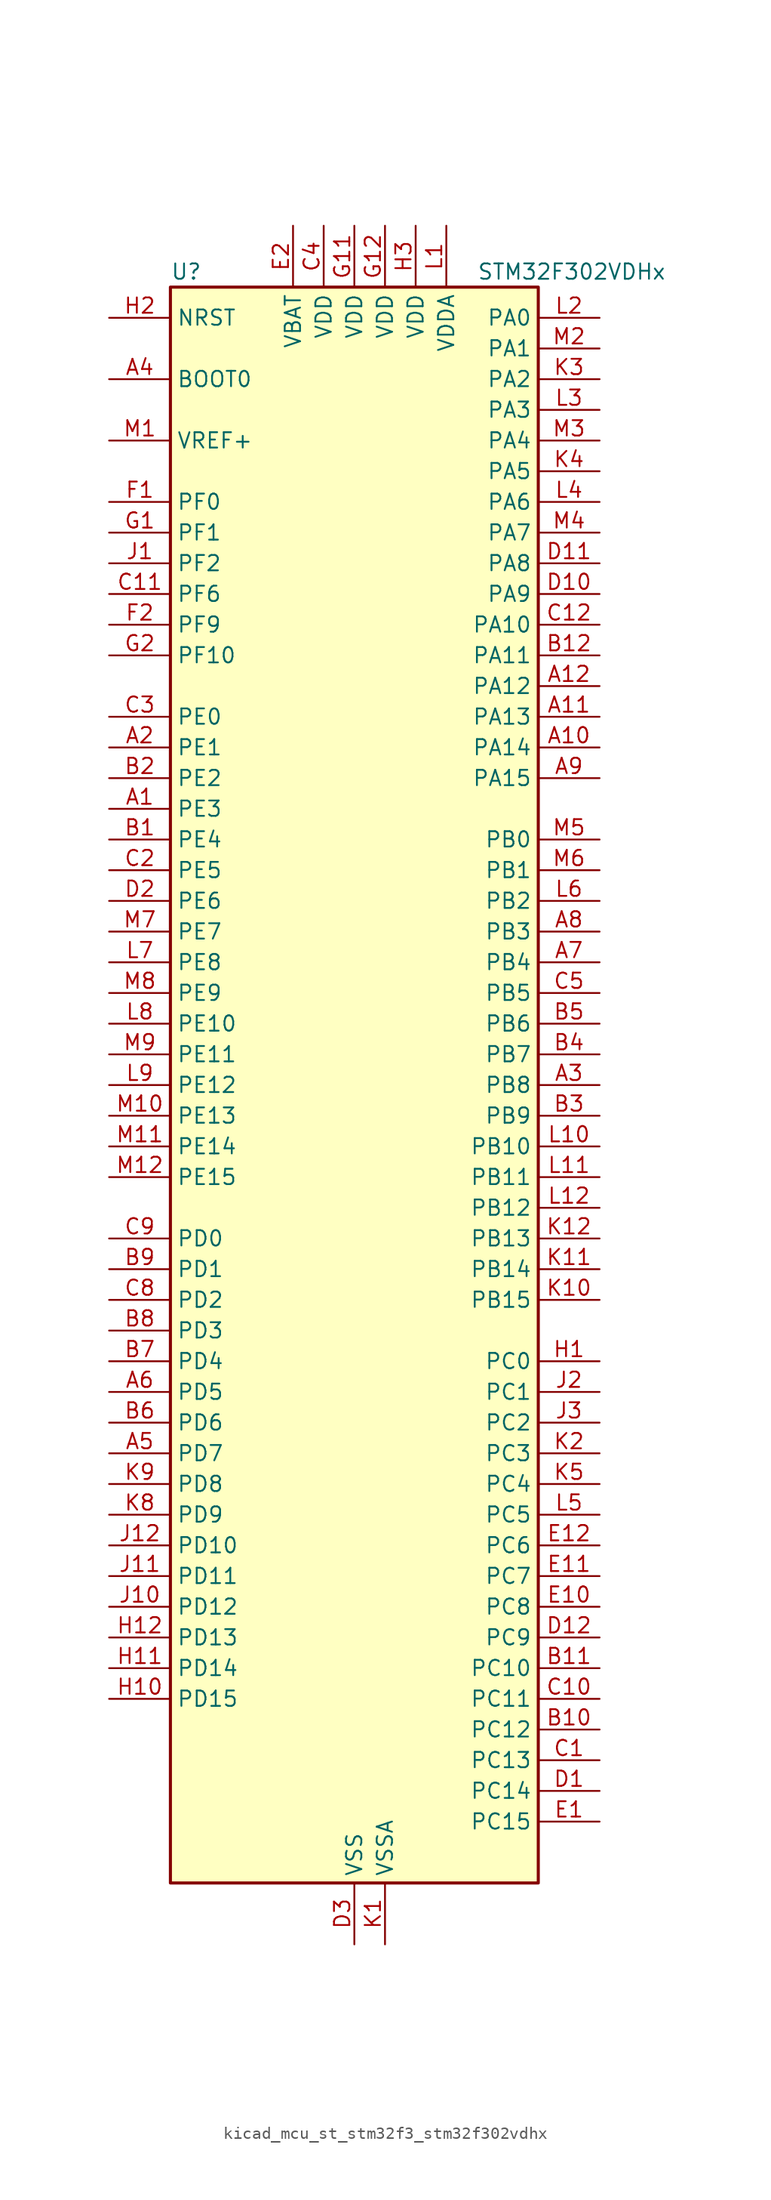
<source format=kicad_sym>
(kicad_symbol_lib
  (version 20220914)
  (generator kicad_symbol_editor)
  (symbol "kicad_mcu_st_stm32f3_stm32f302vdhx"
    (property "Reference" "U"
      (at -15.24 67.31 0)
      (effects (font (size 1.27 1.27)) (justify left)))
    (property "Value" "STM32F302VDHx"
      (at 10.16 67.31 0)
      (effects (font (size 1.27 1.27)) (justify left)))
    (property "ki_locked" ""
      (at 0 0 0)
      (effects (font (size 1.27 1.27))))
    (symbol "kicad_mcu_st_stm32f3_stm32f302vdhx_0_1"
      (rectangle (start -15.24 -66.04) (end 15.24 66.04) (stroke (width 0.254) (type default)) (fill (type background))))
    (symbol "kicad_mcu_st_stm32f3_stm32f302vdhx_1_1"
      (pin bidirectional line (at -20.32 22.86 0) (length 5.08) (name "PE3" (effects (font (size 1.27 1.27)))) (number "A1" (effects (font (size 1.27 1.27)))) (alternate "FMC_A19" bidirectional line) (alternate "SPI4_NSS" bidirectional line) (alternate "SYS_TRACED0" bidirectional line) (alternate "TIM3_CH2" bidirectional line) (alternate "TSC_G7_IO2" bidirectional line))
      (pin bidirectional line (at 20.32 27.94 180) (length 5.08) (name "PA14" (effects (font (size 1.27 1.27)))) (number "A10" (effects (font (size 1.27 1.27)))) (alternate "I2C1_SDA" bidirectional line) (alternate "SYS_JTCK-SWCLK" bidirectional line) (alternate "TIM1_BKIN" bidirectional line) (alternate "TSC_G4_IO4" bidirectional line) (alternate "USART2_TX" bidirectional line))
      (pin bidirectional line (at 20.32 30.48 180) (length 5.08) (name "PA13" (effects (font (size 1.27 1.27)))) (number "A11" (effects (font (size 1.27 1.27)))) (alternate "IR_OUT" bidirectional line) (alternate "SYS_JTMS-SWDIO" bidirectional line) (alternate "TIM16_CH1N" bidirectional line) (alternate "TIM4_CH3" bidirectional line) (alternate "TSC_G4_IO3" bidirectional line) (alternate "USART3_CTS" bidirectional line))
      (pin bidirectional line (at 20.32 33.02 180) (length 5.08) (name "PA12" (effects (font (size 1.27 1.27)))) (number "A12" (effects (font (size 1.27 1.27)))) (alternate "CAN_TX" bidirectional line) (alternate "COMP2_OUT" bidirectional line) (alternate "I2S_CKIN" bidirectional line) (alternate "TIM16_CH1" bidirectional line) (alternate "TIM1_CH2N" bidirectional line) (alternate "TIM1_ETR" bidirectional line) (alternate "TIM4_CH2" bidirectional line) (alternate "USART1_DE" bidirectional line) (alternate "USART1_RTS" bidirectional line) (alternate "USB_DP" bidirectional line))
      (pin bidirectional line (at -20.32 27.94 0) (length 5.08) (name "PE1" (effects (font (size 1.27 1.27)))) (number "A2" (effects (font (size 1.27 1.27)))) (alternate "FMC_NBL1" bidirectional line) (alternate "TIM17_CH1" bidirectional line) (alternate "USART1_RX" bidirectional line))
      (pin bidirectional line (at 20.32 0 180) (length 5.08) (name "PB8" (effects (font (size 1.27 1.27)))) (number "A3" (effects (font (size 1.27 1.27)))) (alternate "CAN_RX" bidirectional line) (alternate "COMP1_OUT" bidirectional line) (alternate "I2C1_SCL" bidirectional line) (alternate "TIM16_CH1" bidirectional line) (alternate "TIM1_BKIN" bidirectional line) (alternate "TIM4_CH3" bidirectional line) (alternate "TSC_SYNC" bidirectional line) (alternate "USART3_RX" bidirectional line))
      (pin input line (at -20.32 58.42 0) (length 5.08) (name "BOOT0" (effects (font (size 1.27 1.27)))) (number "A4" (effects (font (size 1.27 1.27)))))
      (pin bidirectional line (at -20.32 -30.48 0) (length 5.08) (name "PD7" (effects (font (size 1.27 1.27)))) (number "A5" (effects (font (size 1.27 1.27)))) (alternate "FMC_NCE2" bidirectional line) (alternate "FMC_NE1" bidirectional line) (alternate "TIM2_CH3" bidirectional line) (alternate "USART2_CK" bidirectional line))
      (pin bidirectional line (at -20.32 -25.4 0) (length 5.08) (name "PD5" (effects (font (size 1.27 1.27)))) (number "A6" (effects (font (size 1.27 1.27)))) (alternate "FMC_NWE" bidirectional line) (alternate "USART2_TX" bidirectional line))
      (pin bidirectional line (at 20.32 10.16 180) (length 5.08) (name "PB4" (effects (font (size 1.27 1.27)))) (number "A7" (effects (font (size 1.27 1.27)))) (alternate "I2S3_ext_SD" bidirectional line) (alternate "SPI1_MISO" bidirectional line) (alternate "SPI3_MISO" bidirectional line) (alternate "SYS_NJTRST" bidirectional line) (alternate "TIM16_CH1" bidirectional line) (alternate "TIM17_BKIN" bidirectional line) (alternate "TIM3_CH1" bidirectional line) (alternate "TSC_G5_IO2" bidirectional line) (alternate "USART2_RX" bidirectional line))
      (pin bidirectional line (at 20.32 12.7 180) (length 5.08) (name "PB3" (effects (font (size 1.27 1.27)))) (number "A8" (effects (font (size 1.27 1.27)))) (alternate "I2S3_CK" bidirectional line) (alternate "SPI1_SCK" bidirectional line) (alternate "SPI3_SCK" bidirectional line) (alternate "SYS_JTDO-TRACESWO" bidirectional line) (alternate "TIM2_CH2" bidirectional line) (alternate "TIM3_ETR" bidirectional line) (alternate "TIM4_ETR" bidirectional line) (alternate "TSC_G5_IO1" bidirectional line) (alternate "USART2_TX" bidirectional line))
      (pin bidirectional line (at 20.32 25.4 180) (length 5.08) (name "PA15" (effects (font (size 1.27 1.27)))) (number "A9" (effects (font (size 1.27 1.27)))) (alternate "ADC1_EXTI15" bidirectional line) (alternate "ADC2_EXTI15" bidirectional line) (alternate "I2C1_SCL" bidirectional line) (alternate "I2S3_WS" bidirectional line) (alternate "SPI1_NSS" bidirectional line) (alternate "SPI3_NSS" bidirectional line) (alternate "SYS_JTDI" bidirectional line) (alternate "TIM1_BKIN" bidirectional line) (alternate "TIM2_CH1" bidirectional line) (alternate "TIM2_ETR" bidirectional line) (alternate "TSC_SYNC" bidirectional line) (alternate "USART2_RX" bidirectional line))
      (pin bidirectional line (at -20.32 20.32 0) (length 5.08) (name "PE4" (effects (font (size 1.27 1.27)))) (number "B1" (effects (font (size 1.27 1.27)))) (alternate "FMC_A20" bidirectional line) (alternate "SPI4_NSS" bidirectional line) (alternate "SYS_TRACED1" bidirectional line) (alternate "TIM3_CH3" bidirectional line) (alternate "TSC_G7_IO3" bidirectional line))
      (pin bidirectional line (at 20.32 -53.34 180) (length 5.08) (name "PC12" (effects (font (size 1.27 1.27)))) (number "B10" (effects (font (size 1.27 1.27)))) (alternate "I2S3_SD" bidirectional line) (alternate "SPI3_MOSI" bidirectional line) (alternate "UART5_TX" bidirectional line) (alternate "USART3_CK" bidirectional line))
      (pin bidirectional line (at 20.32 -48.26 180) (length 5.08) (name "PC10" (effects (font (size 1.27 1.27)))) (number "B11" (effects (font (size 1.27 1.27)))) (alternate "I2S3_CK" bidirectional line) (alternate "SPI3_SCK" bidirectional line) (alternate "UART4_TX" bidirectional line) (alternate "USART3_TX" bidirectional line))
      (pin bidirectional line (at 20.32 35.56 180) (length 5.08) (name "PA11" (effects (font (size 1.27 1.27)))) (number "B12" (effects (font (size 1.27 1.27)))) (alternate "ADC1_EXTI11" bidirectional line) (alternate "ADC2_EXTI11" bidirectional line) (alternate "CAN_RX" bidirectional line) (alternate "COMP1_OUT" bidirectional line) (alternate "I2S2_SD" bidirectional line) (alternate "SPI2_MOSI" bidirectional line) (alternate "TIM1_BKIN2" bidirectional line) (alternate "TIM1_CH1N" bidirectional line) (alternate "TIM1_CH4" bidirectional line) (alternate "TIM4_CH1" bidirectional line) (alternate "USART1_CTS" bidirectional line) (alternate "USB_DM" bidirectional line))
      (pin bidirectional line (at -20.32 25.4 0) (length 5.08) (name "PE2" (effects (font (size 1.27 1.27)))) (number "B2" (effects (font (size 1.27 1.27)))) (alternate "FMC_A23" bidirectional line) (alternate "SPI4_SCK" bidirectional line) (alternate "SYS_TRACECK" bidirectional line) (alternate "TIM3_CH1" bidirectional line) (alternate "TSC_G7_IO1" bidirectional line))
      (pin bidirectional line (at 20.32 -2.54 180) (length 5.08) (name "PB9" (effects (font (size 1.27 1.27)))) (number "B3" (effects (font (size 1.27 1.27)))) (alternate "CAN_TX" bidirectional line) (alternate "COMP2_OUT" bidirectional line) (alternate "DAC1_EXTI9" bidirectional line) (alternate "I2C1_SDA" bidirectional line) (alternate "IR_OUT" bidirectional line) (alternate "TIM17_CH1" bidirectional line) (alternate "TIM4_CH4" bidirectional line) (alternate "USART3_TX" bidirectional line))
      (pin bidirectional line (at 20.32 2.54 180) (length 5.08) (name "PB7" (effects (font (size 1.27 1.27)))) (number "B4" (effects (font (size 1.27 1.27)))) (alternate "FMC_NL" bidirectional line) (alternate "I2C1_SDA" bidirectional line) (alternate "TIM17_CH1N" bidirectional line) (alternate "TIM3_CH4" bidirectional line) (alternate "TIM4_CH2" bidirectional line) (alternate "TSC_G5_IO4" bidirectional line) (alternate "USART1_RX" bidirectional line))
      (pin bidirectional line (at 20.32 5.08 180) (length 5.08) (name "PB6" (effects (font (size 1.27 1.27)))) (number "B5" (effects (font (size 1.27 1.27)))) (alternate "I2C1_SCL" bidirectional line) (alternate "TIM16_CH1N" bidirectional line) (alternate "TIM4_CH1" bidirectional line) (alternate "TSC_G5_IO3" bidirectional line) (alternate "USART1_TX" bidirectional line))
      (pin bidirectional line (at -20.32 -27.94 0) (length 5.08) (name "PD6" (effects (font (size 1.27 1.27)))) (number "B6" (effects (font (size 1.27 1.27)))) (alternate "FMC_NWAIT" bidirectional line) (alternate "TIM2_CH4" bidirectional line) (alternate "USART2_RX" bidirectional line))
      (pin bidirectional line (at -20.32 -22.86 0) (length 5.08) (name "PD4" (effects (font (size 1.27 1.27)))) (number "B7" (effects (font (size 1.27 1.27)))) (alternate "FMC_NOE" bidirectional line) (alternate "TIM2_CH2" bidirectional line) (alternate "USART2_DE" bidirectional line) (alternate "USART2_RTS" bidirectional line))
      (pin bidirectional line (at -20.32 -20.32 0) (length 5.08) (name "PD3" (effects (font (size 1.27 1.27)))) (number "B8" (effects (font (size 1.27 1.27)))) (alternate "FMC_CLK" bidirectional line) (alternate "TIM2_CH1" bidirectional line) (alternate "TIM2_ETR" bidirectional line) (alternate "USART2_CTS" bidirectional line))
      (pin bidirectional line (at -20.32 -15.24 0) (length 5.08) (name "PD1" (effects (font (size 1.27 1.27)))) (number "B9" (effects (font (size 1.27 1.27)))) (alternate "CAN_TX" bidirectional line) (alternate "FMC_D3" bidirectional line) (alternate "FMC_DA3" bidirectional line))
      (pin bidirectional line (at 20.32 -55.88 180) (length 5.08) (name "PC13" (effects (font (size 1.27 1.27)))) (number "C1" (effects (font (size 1.27 1.27)))) (alternate "RTC_OUT_ALARM" bidirectional line) (alternate "RTC_OUT_CALIB" bidirectional line) (alternate "RTC_TAMP1" bidirectional line) (alternate "RTC_TS" bidirectional line) (alternate "SYS_WKUP2" bidirectional line) (alternate "TIM1_CH1N" bidirectional line))
      (pin bidirectional line (at 20.32 -50.8 180) (length 5.08) (name "PC11" (effects (font (size 1.27 1.27)))) (number "C10" (effects (font (size 1.27 1.27)))) (alternate "ADC1_EXTI11" bidirectional line) (alternate "ADC2_EXTI11" bidirectional line) (alternate "I2S3_ext_SD" bidirectional line) (alternate "SPI3_MISO" bidirectional line) (alternate "UART4_RX" bidirectional line) (alternate "USART3_RX" bidirectional line))
      (pin bidirectional line (at -20.32 40.64 0) (length 5.08) (name "PF6" (effects (font (size 1.27 1.27)))) (number "C11" (effects (font (size 1.27 1.27)))) (alternate "FMC_NIORD" bidirectional line) (alternate "I2C2_SCL" bidirectional line) (alternate "TIM4_CH4" bidirectional line) (alternate "USART3_DE" bidirectional line) (alternate "USART3_RTS" bidirectional line))
      (pin bidirectional line (at 20.32 38.1 180) (length 5.08) (name "PA10" (effects (font (size 1.27 1.27)))) (number "C12" (effects (font (size 1.27 1.27)))) (alternate "COMP6_OUT" bidirectional line) (alternate "I2C2_SDA" bidirectional line) (alternate "I2S2_ext_SD" bidirectional line) (alternate "SPI2_MISO" bidirectional line) (alternate "TIM17_BKIN" bidirectional line) (alternate "TIM1_CH3" bidirectional line) (alternate "TIM2_CH4" bidirectional line) (alternate "TSC_G4_IO2" bidirectional line) (alternate "USART1_RX" bidirectional line))
      (pin bidirectional line (at -20.32 17.78 0) (length 5.08) (name "PE5" (effects (font (size 1.27 1.27)))) (number "C2" (effects (font (size 1.27 1.27)))) (alternate "FMC_A21" bidirectional line) (alternate "SPI4_MISO" bidirectional line) (alternate "SYS_TRACED2" bidirectional line) (alternate "TIM3_CH4" bidirectional line) (alternate "TSC_G7_IO4" bidirectional line))
      (pin bidirectional line (at -20.32 30.48 0) (length 5.08) (name "PE0" (effects (font (size 1.27 1.27)))) (number "C3" (effects (font (size 1.27 1.27)))) (alternate "FMC_NBL0" bidirectional line) (alternate "TIM16_CH1" bidirectional line) (alternate "TIM4_ETR" bidirectional line) (alternate "USART1_TX" bidirectional line))
      (pin power_in line (at -2.54 71.12 270) (length 5.08) (name "VDD" (effects (font (size 1.27 1.27)))) (number "C4" (effects (font (size 1.27 1.27)))))
      (pin bidirectional line (at 20.32 7.62 180) (length 5.08) (name "PB5" (effects (font (size 1.27 1.27)))) (number "C5" (effects (font (size 1.27 1.27)))) (alternate "I2C1_SMBA" bidirectional line) (alternate "I2C3_SDA" bidirectional line) (alternate "I2S3_SD" bidirectional line) (alternate "SPI1_MOSI" bidirectional line) (alternate "SPI3_MOSI" bidirectional line) (alternate "TIM16_BKIN" bidirectional line) (alternate "TIM17_CH1" bidirectional line) (alternate "TIM3_CH2" bidirectional line) (alternate "USART2_CK" bidirectional line))
      (pin bidirectional line (at -20.32 -17.78 0) (length 5.08) (name "PD2" (effects (font (size 1.27 1.27)))) (number "C8" (effects (font (size 1.27 1.27)))) (alternate "TIM3_ETR" bidirectional line) (alternate "UART5_RX" bidirectional line))
      (pin bidirectional line (at -20.32 -12.7 0) (length 5.08) (name "PD0" (effects (font (size 1.27 1.27)))) (number "C9" (effects (font (size 1.27 1.27)))) (alternate "CAN_RX" bidirectional line) (alternate "FMC_D2" bidirectional line) (alternate "FMC_DA2" bidirectional line))
      (pin bidirectional line (at 20.32 -58.42 180) (length 5.08) (name "PC14" (effects (font (size 1.27 1.27)))) (number "D1" (effects (font (size 1.27 1.27)))) (alternate "RCC_OSC32_IN" bidirectional line))
      (pin bidirectional line (at 20.32 40.64 180) (length 5.08) (name "PA9" (effects (font (size 1.27 1.27)))) (number "D10" (effects (font (size 1.27 1.27)))) (alternate "DAC1_EXTI9" bidirectional line) (alternate "I2C2_SCL" bidirectional line) (alternate "I2C3_SMBA" bidirectional line) (alternate "I2S3_MCK" bidirectional line) (alternate "TIM15_BKIN" bidirectional line) (alternate "TIM1_CH2" bidirectional line) (alternate "TIM2_CH3" bidirectional line) (alternate "TSC_G4_IO1" bidirectional line) (alternate "USART1_TX" bidirectional line))
      (pin bidirectional line (at 20.32 43.18 180) (length 5.08) (name "PA8" (effects (font (size 1.27 1.27)))) (number "D11" (effects (font (size 1.27 1.27)))) (alternate "I2C2_SMBA" bidirectional line) (alternate "I2C3_SCL" bidirectional line) (alternate "I2S2_MCK" bidirectional line) (alternate "RCC_MCO" bidirectional line) (alternate "TIM1_CH1" bidirectional line) (alternate "TIM4_ETR" bidirectional line) (alternate "USART1_CK" bidirectional line))
      (pin bidirectional line (at 20.32 -45.72 180) (length 5.08) (name "PC9" (effects (font (size 1.27 1.27)))) (number "D12" (effects (font (size 1.27 1.27)))) (alternate "DAC1_EXTI9" bidirectional line) (alternate "I2C3_SDA" bidirectional line) (alternate "I2S_CKIN" bidirectional line) (alternate "TIM3_CH4" bidirectional line))
      (pin bidirectional line (at -20.32 15.24 0) (length 5.08) (name "PE6" (effects (font (size 1.27 1.27)))) (number "D2" (effects (font (size 1.27 1.27)))) (alternate "FMC_A22" bidirectional line) (alternate "RTC_TAMP3" bidirectional line) (alternate "SPI4_MOSI" bidirectional line) (alternate "SYS_TRACED3" bidirectional line) (alternate "SYS_WKUP3" bidirectional line))
      (pin power_in line (at 0 -71.12 90) (length 5.08) (name "VSS" (effects (font (size 1.27 1.27)))) (number "D3" (effects (font (size 1.27 1.27)))))
      (pin bidirectional line (at 20.32 -60.96 180) (length 5.08) (name "PC15" (effects (font (size 1.27 1.27)))) (number "E1" (effects (font (size 1.27 1.27)))) (alternate "ADC1_EXTI15" bidirectional line) (alternate "ADC2_EXTI15" bidirectional line) (alternate "RCC_OSC32_OUT" bidirectional line))
      (pin bidirectional line (at 20.32 -43.18 180) (length 5.08) (name "PC8" (effects (font (size 1.27 1.27)))) (number "E10" (effects (font (size 1.27 1.27)))) (alternate "TIM3_CH3" bidirectional line))
      (pin bidirectional line (at 20.32 -40.64 180) (length 5.08) (name "PC7" (effects (font (size 1.27 1.27)))) (number "E11" (effects (font (size 1.27 1.27)))) (alternate "I2S3_MCK" bidirectional line) (alternate "TIM3_CH2" bidirectional line))
      (pin bidirectional line (at 20.32 -38.1 180) (length 5.08) (name "PC6" (effects (font (size 1.27 1.27)))) (number "E12" (effects (font (size 1.27 1.27)))) (alternate "COMP6_OUT" bidirectional line) (alternate "I2S2_MCK" bidirectional line) (alternate "TIM3_CH1" bidirectional line))
      (pin power_in line (at -5.08 71.12 270) (length 5.08) (name "VBAT" (effects (font (size 1.27 1.27)))) (number "E2" (effects (font (size 1.27 1.27)))))
      (pin passive line (at 0 -71.12 90) (length 5.08) hide (name "VSS" (effects (font (size 1.27 1.27)))) (number "E3" (effects (font (size 1.27 1.27)))))
      (pin bidirectional line (at -20.32 48.26 0) (length 5.08) (name "PF0" (effects (font (size 1.27 1.27)))) (number "F1" (effects (font (size 1.27 1.27)))) (alternate "I2C2_SDA" bidirectional line) (alternate "I2S2_WS" bidirectional line) (alternate "RCC_OSC_IN" bidirectional line) (alternate "SPI2_NSS" bidirectional line) (alternate "TIM1_CH3N" bidirectional line))
      (pin passive line (at 0 -71.12 90) (length 5.08) hide (name "VSS" (effects (font (size 1.27 1.27)))) (number "F11" (effects (font (size 1.27 1.27)))))
      (pin passive line (at 0 -71.12 90) (length 5.08) hide (name "VSS" (effects (font (size 1.27 1.27)))) (number "F12" (effects (font (size 1.27 1.27)))))
      (pin bidirectional line (at -20.32 38.1 0) (length 5.08) (name "PF9" (effects (font (size 1.27 1.27)))) (number "F2" (effects (font (size 1.27 1.27)))) (alternate "DAC1_EXTI9" bidirectional line) (alternate "FMC_CD" bidirectional line) (alternate "SPI2_SCK" bidirectional line) (alternate "TIM15_CH1" bidirectional line))
      (pin bidirectional line (at -20.32 45.72 0) (length 5.08) (name "PF1" (effects (font (size 1.27 1.27)))) (number "G1" (effects (font (size 1.27 1.27)))) (alternate "I2C2_SCL" bidirectional line) (alternate "I2S2_CK" bidirectional line) (alternate "RCC_OSC_OUT" bidirectional line) (alternate "SPI2_SCK" bidirectional line))
      (pin power_in line (at 0 71.12 270) (length 5.08) (name "VDD" (effects (font (size 1.27 1.27)))) (number "G11" (effects (font (size 1.27 1.27)))))
      (pin power_in line (at 2.54 71.12 270) (length 5.08) (name "VDD" (effects (font (size 1.27 1.27)))) (number "G12" (effects (font (size 1.27 1.27)))))
      (pin bidirectional line (at -20.32 35.56 0) (length 5.08) (name "PF10" (effects (font (size 1.27 1.27)))) (number "G2" (effects (font (size 1.27 1.27)))) (alternate "FMC_INTR" bidirectional line) (alternate "SPI2_SCK" bidirectional line) (alternate "TIM15_CH2" bidirectional line))
      (pin bidirectional line (at 20.32 -22.86 180) (length 5.08) (name "PC0" (effects (font (size 1.27 1.27)))) (number "H1" (effects (font (size 1.27 1.27)))) (alternate "ADC1_IN6" bidirectional line) (alternate "ADC2_IN6" bidirectional line) (alternate "TIM1_CH1" bidirectional line))
      (pin bidirectional line (at -20.32 -50.8 0) (length 5.08) (name "PD15" (effects (font (size 1.27 1.27)))) (number "H10" (effects (font (size 1.27 1.27)))) (alternate "ADC1_EXTI15" bidirectional line) (alternate "ADC2_EXTI15" bidirectional line) (alternate "FMC_D1" bidirectional line) (alternate "FMC_DA1" bidirectional line) (alternate "SPI2_NSS" bidirectional line) (alternate "TIM4_CH4" bidirectional line) (alternate "TSC_G8_IO4" bidirectional line))
      (pin bidirectional line (at -20.32 -48.26 0) (length 5.08) (name "PD14" (effects (font (size 1.27 1.27)))) (number "H11" (effects (font (size 1.27 1.27)))) (alternate "FMC_D0" bidirectional line) (alternate "FMC_DA0" bidirectional line) (alternate "OPAMP2_VINP" bidirectional line) (alternate "OPAMP2_VINP_SEC" bidirectional line) (alternate "TIM4_CH3" bidirectional line) (alternate "TSC_G8_IO3" bidirectional line))
      (pin bidirectional line (at -20.32 -45.72 0) (length 5.08) (name "PD13" (effects (font (size 1.27 1.27)))) (number "H12" (effects (font (size 1.27 1.27)))) (alternate "FMC_A18" bidirectional line) (alternate "TIM4_CH2" bidirectional line) (alternate "TSC_G8_IO2" bidirectional line))
      (pin input line (at -20.32 63.5 0) (length 5.08) (name "NRST" (effects (font (size 1.27 1.27)))) (number "H2" (effects (font (size 1.27 1.27)))))
      (pin power_in line (at 5.08 71.12 270) (length 5.08) (name "VDD" (effects (font (size 1.27 1.27)))) (number "H3" (effects (font (size 1.27 1.27)))))
      (pin bidirectional line (at -20.32 43.18 0) (length 5.08) (name "PF2" (effects (font (size 1.27 1.27)))) (number "J1" (effects (font (size 1.27 1.27)))) (alternate "ADC1_IN10" bidirectional line) (alternate "ADC2_IN10" bidirectional line) (alternate "FMC_A2" bidirectional line))
      (pin bidirectional line (at -20.32 -43.18 0) (length 5.08) (name "PD12" (effects (font (size 1.27 1.27)))) (number "J10" (effects (font (size 1.27 1.27)))) (alternate "FMC_A17" bidirectional line) (alternate "FMC_ALE" bidirectional line) (alternate "TIM4_CH1" bidirectional line) (alternate "TSC_G8_IO1" bidirectional line) (alternate "USART3_DE" bidirectional line) (alternate "USART3_RTS" bidirectional line))
      (pin bidirectional line (at -20.32 -40.64 0) (length 5.08) (name "PD11" (effects (font (size 1.27 1.27)))) (number "J11" (effects (font (size 1.27 1.27)))) (alternate "ADC1_EXTI11" bidirectional line) (alternate "ADC2_EXTI11" bidirectional line) (alternate "FMC_A16" bidirectional line) (alternate "FMC_CLE" bidirectional line) (alternate "USART3_CTS" bidirectional line))
      (pin bidirectional line (at -20.32 -38.1 0) (length 5.08) (name "PD10" (effects (font (size 1.27 1.27)))) (number "J12" (effects (font (size 1.27 1.27)))) (alternate "COMP6_INM" bidirectional line) (alternate "FMC_D15" bidirectional line) (alternate "FMC_DA15" bidirectional line) (alternate "USART3_CK" bidirectional line))
      (pin bidirectional line (at 20.32 -25.4 180) (length 5.08) (name "PC1" (effects (font (size 1.27 1.27)))) (number "J2" (effects (font (size 1.27 1.27)))) (alternate "ADC1_IN7" bidirectional line) (alternate "ADC2_IN7" bidirectional line) (alternate "TIM1_CH2" bidirectional line))
      (pin bidirectional line (at 20.32 -27.94 180) (length 5.08) (name "PC2" (effects (font (size 1.27 1.27)))) (number "J3" (effects (font (size 1.27 1.27)))) (alternate "ADC1_IN8" bidirectional line) (alternate "ADC2_IN8" bidirectional line) (alternate "TIM1_CH3" bidirectional line))
      (pin power_in line (at 2.54 -71.12 90) (length 5.08) (name "VSSA" (effects (font (size 1.27 1.27)))) (number "K1" (effects (font (size 1.27 1.27)))))
      (pin bidirectional line (at 20.32 -17.78 180) (length 5.08) (name "PB15" (effects (font (size 1.27 1.27)))) (number "K10" (effects (font (size 1.27 1.27)))) (alternate "ADC1_EXTI15" bidirectional line) (alternate "ADC2_EXTI15" bidirectional line) (alternate "COMP6_INM" bidirectional line) (alternate "I2S2_SD" bidirectional line) (alternate "RTC_REFIN" bidirectional line) (alternate "SPI2_MOSI" bidirectional line) (alternate "TIM15_CH1N" bidirectional line) (alternate "TIM15_CH2" bidirectional line) (alternate "TIM1_CH3N" bidirectional line))
      (pin bidirectional line (at 20.32 -15.24 180) (length 5.08) (name "PB14" (effects (font (size 1.27 1.27)))) (number "K11" (effects (font (size 1.27 1.27)))) (alternate "I2S2_ext_SD" bidirectional line) (alternate "OPAMP2_VINP" bidirectional line) (alternate "OPAMP2_VINP_SEC" bidirectional line) (alternate "SPI2_MISO" bidirectional line) (alternate "TIM15_CH1" bidirectional line) (alternate "TIM1_CH2N" bidirectional line) (alternate "TSC_G6_IO4" bidirectional line) (alternate "USART3_DE" bidirectional line) (alternate "USART3_RTS" bidirectional line))
      (pin bidirectional line (at 20.32 -12.7 180) (length 5.08) (name "PB13" (effects (font (size 1.27 1.27)))) (number "K12" (effects (font (size 1.27 1.27)))) (alternate "I2S2_CK" bidirectional line) (alternate "SPI2_SCK" bidirectional line) (alternate "TIM1_CH1N" bidirectional line) (alternate "TSC_G6_IO3" bidirectional line) (alternate "USART3_CTS" bidirectional line))
      (pin bidirectional line (at 20.32 -30.48 180) (length 5.08) (name "PC3" (effects (font (size 1.27 1.27)))) (number "K2" (effects (font (size 1.27 1.27)))) (alternate "ADC1_IN9" bidirectional line) (alternate "ADC2_IN9" bidirectional line) (alternate "TIM1_BKIN2" bidirectional line) (alternate "TIM1_CH4" bidirectional line))
      (pin bidirectional line (at 20.32 58.42 180) (length 5.08) (name "PA2" (effects (font (size 1.27 1.27)))) (number "K3" (effects (font (size 1.27 1.27)))) (alternate "ADC1_IN3" bidirectional line) (alternate "COMP2_INM" bidirectional line) (alternate "COMP2_OUT" bidirectional line) (alternate "OPAMP1_VOUT" bidirectional line) (alternate "TIM15_CH1" bidirectional line) (alternate "TIM2_CH3" bidirectional line) (alternate "TSC_G1_IO3" bidirectional line) (alternate "USART2_TX" bidirectional line))
      (pin bidirectional line (at 20.32 50.8 180) (length 5.08) (name "PA5" (effects (font (size 1.27 1.27)))) (number "K4" (effects (font (size 1.27 1.27)))) (alternate "ADC2_IN2" bidirectional line) (alternate "COMP1_INM" bidirectional line) (alternate "COMP2_INM" bidirectional line) (alternate "COMP4_INM" bidirectional line) (alternate "COMP6_INM" bidirectional line) (alternate "OPAMP1_VINP" bidirectional line) (alternate "OPAMP1_VINP_SEC" bidirectional line) (alternate "OPAMP2_VINM" bidirectional line) (alternate "OPAMP2_VINM_SEC" bidirectional line) (alternate "SPI1_SCK" bidirectional line) (alternate "TIM2_CH1" bidirectional line) (alternate "TIM2_ETR" bidirectional line) (alternate "TSC_G2_IO2" bidirectional line))
      (pin bidirectional line (at 20.32 -33.02 180) (length 5.08) (name "PC4" (effects (font (size 1.27 1.27)))) (number "K5" (effects (font (size 1.27 1.27)))) (alternate "ADC2_IN5" bidirectional line) (alternate "TIM1_ETR" bidirectional line) (alternate "USART1_TX" bidirectional line))
      (pin bidirectional line (at -20.32 -35.56 0) (length 5.08) (name "PD9" (effects (font (size 1.27 1.27)))) (number "K8" (effects (font (size 1.27 1.27)))) (alternate "DAC1_EXTI9" bidirectional line) (alternate "FMC_D14" bidirectional line) (alternate "FMC_DA14" bidirectional line) (alternate "USART3_RX" bidirectional line))
      (pin bidirectional line (at -20.32 -33.02 0) (length 5.08) (name "PD8" (effects (font (size 1.27 1.27)))) (number "K9" (effects (font (size 1.27 1.27)))) (alternate "FMC_D13" bidirectional line) (alternate "FMC_DA13" bidirectional line) (alternate "USART3_TX" bidirectional line))
      (pin power_in line (at 7.62 71.12 270) (length 5.08) (name "VDDA" (effects (font (size 1.27 1.27)))) (number "L1" (effects (font (size 1.27 1.27)))))
      (pin bidirectional line (at 20.32 -5.08 180) (length 5.08) (name "PB10" (effects (font (size 1.27 1.27)))) (number "L10" (effects (font (size 1.27 1.27)))) (alternate "TIM2_CH3" bidirectional line) (alternate "TSC_SYNC" bidirectional line) (alternate "USART3_TX" bidirectional line))
      (pin bidirectional line (at 20.32 -7.62 180) (length 5.08) (name "PB11" (effects (font (size 1.27 1.27)))) (number "L11" (effects (font (size 1.27 1.27)))) (alternate "ADC1_EXTI11" bidirectional line) (alternate "ADC1_IN14" bidirectional line) (alternate "ADC2_EXTI11" bidirectional line) (alternate "ADC2_IN14" bidirectional line) (alternate "COMP6_INP" bidirectional line) (alternate "TIM2_CH4" bidirectional line) (alternate "TSC_G6_IO1" bidirectional line) (alternate "USART3_RX" bidirectional line))
      (pin bidirectional line (at 20.32 -10.16 180) (length 5.08) (name "PB12" (effects (font (size 1.27 1.27)))) (number "L12" (effects (font (size 1.27 1.27)))) (alternate "I2C2_SMBA" bidirectional line) (alternate "I2S2_WS" bidirectional line) (alternate "SPI2_NSS" bidirectional line) (alternate "TIM1_BKIN" bidirectional line) (alternate "TSC_G6_IO2" bidirectional line) (alternate "USART3_CK" bidirectional line))
      (pin bidirectional line (at 20.32 63.5 180) (length 5.08) (name "PA0" (effects (font (size 1.27 1.27)))) (number "L2" (effects (font (size 1.27 1.27)))) (alternate "ADC1_IN1" bidirectional line) (alternate "COMP1_INM" bidirectional line) (alternate "COMP1_OUT" bidirectional line) (alternate "RTC_TAMP2" bidirectional line) (alternate "SYS_WKUP1" bidirectional line) (alternate "TIM2_CH1" bidirectional line) (alternate "TIM2_ETR" bidirectional line) (alternate "TSC_G1_IO1" bidirectional line) (alternate "USART2_CTS" bidirectional line))
      (pin bidirectional line (at 20.32 55.88 180) (length 5.08) (name "PA3" (effects (font (size 1.27 1.27)))) (number "L3" (effects (font (size 1.27 1.27)))) (alternate "ADC1_IN4" bidirectional line) (alternate "OPAMP1_VINM" bidirectional line) (alternate "OPAMP1_VINM_SEC" bidirectional line) (alternate "OPAMP1_VINP" bidirectional line) (alternate "OPAMP1_VINP_SEC" bidirectional line) (alternate "TIM15_CH2" bidirectional line) (alternate "TIM2_CH4" bidirectional line) (alternate "TSC_G1_IO4" bidirectional line) (alternate "USART2_RX" bidirectional line))
      (pin bidirectional line (at 20.32 48.26 180) (length 5.08) (name "PA6" (effects (font (size 1.27 1.27)))) (number "L4" (effects (font (size 1.27 1.27)))) (alternate "ADC2_IN3" bidirectional line) (alternate "COMP1_OUT" bidirectional line) (alternate "OPAMP2_VOUT" bidirectional line) (alternate "SPI1_MISO" bidirectional line) (alternate "TIM16_CH1" bidirectional line) (alternate "TIM1_BKIN" bidirectional line) (alternate "TIM3_CH1" bidirectional line) (alternate "TSC_G2_IO3" bidirectional line))
      (pin bidirectional line (at 20.32 -35.56 180) (length 5.08) (name "PC5" (effects (font (size 1.27 1.27)))) (number "L5" (effects (font (size 1.27 1.27)))) (alternate "ADC2_IN11" bidirectional line) (alternate "OPAMP1_VINM" bidirectional line) (alternate "OPAMP1_VINM_SEC" bidirectional line) (alternate "OPAMP2_VINM" bidirectional line) (alternate "OPAMP2_VINM_SEC" bidirectional line) (alternate "TIM15_BKIN" bidirectional line) (alternate "TSC_G3_IO1" bidirectional line) (alternate "USART1_RX" bidirectional line))
      (pin bidirectional line (at 20.32 15.24 180) (length 5.08) (name "PB2" (effects (font (size 1.27 1.27)))) (number "L6" (effects (font (size 1.27 1.27)))) (alternate "ADC2_IN12" bidirectional line) (alternate "COMP4_INM" bidirectional line) (alternate "TSC_G3_IO4" bidirectional line))
      (pin bidirectional line (at -20.32 10.16 0) (length 5.08) (name "PE8" (effects (font (size 1.27 1.27)))) (number "L7" (effects (font (size 1.27 1.27)))) (alternate "COMP4_INM" bidirectional line) (alternate "FMC_D5" bidirectional line) (alternate "FMC_DA5" bidirectional line) (alternate "TIM1_CH1N" bidirectional line))
      (pin bidirectional line (at -20.32 5.08 0) (length 5.08) (name "PE10" (effects (font (size 1.27 1.27)))) (number "L8" (effects (font (size 1.27 1.27)))) (alternate "FMC_D7" bidirectional line) (alternate "FMC_DA7" bidirectional line) (alternate "TIM1_CH2N" bidirectional line))
      (pin bidirectional line (at -20.32 0 0) (length 5.08) (name "PE12" (effects (font (size 1.27 1.27)))) (number "L9" (effects (font (size 1.27 1.27)))) (alternate "FMC_D9" bidirectional line) (alternate "FMC_DA9" bidirectional line) (alternate "SPI4_SCK" bidirectional line) (alternate "TIM1_CH3N" bidirectional line))
      (pin input line (at -20.32 53.34 0) (length 5.08) (name "VREF+" (effects (font (size 1.27 1.27)))) (number "M1" (effects (font (size 1.27 1.27)))))
      (pin bidirectional line (at -20.32 -2.54 0) (length 5.08) (name "PE13" (effects (font (size 1.27 1.27)))) (number "M10" (effects (font (size 1.27 1.27)))) (alternate "FMC_D10" bidirectional line) (alternate "FMC_DA10" bidirectional line) (alternate "SPI4_MISO" bidirectional line) (alternate "TIM1_CH3" bidirectional line))
      (pin bidirectional line (at -20.32 -5.08 0) (length 5.08) (name "PE14" (effects (font (size 1.27 1.27)))) (number "M11" (effects (font (size 1.27 1.27)))) (alternate "FMC_D11" bidirectional line) (alternate "FMC_DA11" bidirectional line) (alternate "SPI4_MOSI" bidirectional line) (alternate "TIM1_BKIN2" bidirectional line) (alternate "TIM1_CH4" bidirectional line))
      (pin bidirectional line (at -20.32 -7.62 0) (length 5.08) (name "PE15" (effects (font (size 1.27 1.27)))) (number "M12" (effects (font (size 1.27 1.27)))) (alternate "ADC1_EXTI15" bidirectional line) (alternate "ADC2_EXTI15" bidirectional line) (alternate "FMC_D12" bidirectional line) (alternate "FMC_DA12" bidirectional line) (alternate "TIM1_BKIN" bidirectional line) (alternate "USART3_RX" bidirectional line))
      (pin bidirectional line (at 20.32 60.96 180) (length 5.08) (name "PA1" (effects (font (size 1.27 1.27)))) (number "M2" (effects (font (size 1.27 1.27)))) (alternate "ADC1_IN2" bidirectional line) (alternate "COMP1_INP" bidirectional line) (alternate "OPAMP1_VINP" bidirectional line) (alternate "OPAMP1_VINP_SEC" bidirectional line) (alternate "RTC_REFIN" bidirectional line) (alternate "TIM15_CH1N" bidirectional line) (alternate "TIM2_CH2" bidirectional line) (alternate "TSC_G1_IO2" bidirectional line) (alternate "USART2_DE" bidirectional line) (alternate "USART2_RTS" bidirectional line))
      (pin bidirectional line (at 20.32 53.34 180) (length 5.08) (name "PA4" (effects (font (size 1.27 1.27)))) (number "M3" (effects (font (size 1.27 1.27)))) (alternate "ADC2_IN1" bidirectional line) (alternate "COMP1_INM" bidirectional line) (alternate "COMP2_INM" bidirectional line) (alternate "COMP4_INM" bidirectional line) (alternate "COMP6_INM" bidirectional line) (alternate "DAC1_OUT1" bidirectional line) (alternate "I2S3_WS" bidirectional line) (alternate "SPI1_NSS" bidirectional line) (alternate "SPI3_NSS" bidirectional line) (alternate "TIM3_CH2" bidirectional line) (alternate "TSC_G2_IO1" bidirectional line) (alternate "USART2_CK" bidirectional line))
      (pin bidirectional line (at 20.32 45.72 180) (length 5.08) (name "PA7" (effects (font (size 1.27 1.27)))) (number "M4" (effects (font (size 1.27 1.27)))) (alternate "ADC2_IN4" bidirectional line) (alternate "COMP2_INP" bidirectional line) (alternate "OPAMP1_VINP" bidirectional line) (alternate "OPAMP1_VINP_SEC" bidirectional line) (alternate "OPAMP2_VINP" bidirectional line) (alternate "OPAMP2_VINP_SEC" bidirectional line) (alternate "SPI1_MOSI" bidirectional line) (alternate "TIM17_CH1" bidirectional line) (alternate "TIM1_CH1N" bidirectional line) (alternate "TIM3_CH2" bidirectional line) (alternate "TSC_G2_IO4" bidirectional line))
      (pin bidirectional line (at 20.32 20.32 180) (length 5.08) (name "PB0" (effects (font (size 1.27 1.27)))) (number "M5" (effects (font (size 1.27 1.27)))) (alternate "COMP4_INP" bidirectional line) (alternate "OPAMP2_VINP" bidirectional line) (alternate "OPAMP2_VINP_SEC" bidirectional line) (alternate "TIM1_CH2N" bidirectional line) (alternate "TIM3_CH3" bidirectional line) (alternate "TSC_G3_IO2" bidirectional line))
      (pin bidirectional line (at 20.32 17.78 180) (length 5.08) (name "PB1" (effects (font (size 1.27 1.27)))) (number "M6" (effects (font (size 1.27 1.27)))) (alternate "COMP4_OUT" bidirectional line) (alternate "TIM1_CH3N" bidirectional line) (alternate "TIM3_CH4" bidirectional line) (alternate "TSC_G3_IO3" bidirectional line))
      (pin bidirectional line (at -20.32 12.7 0) (length 5.08) (name "PE7" (effects (font (size 1.27 1.27)))) (number "M7" (effects (font (size 1.27 1.27)))) (alternate "FMC_D4" bidirectional line) (alternate "FMC_DA4" bidirectional line) (alternate "TIM1_ETR" bidirectional line))
      (pin bidirectional line (at -20.32 7.62 0) (length 5.08) (name "PE9" (effects (font (size 1.27 1.27)))) (number "M8" (effects (font (size 1.27 1.27)))) (alternate "DAC1_EXTI9" bidirectional line) (alternate "FMC_D6" bidirectional line) (alternate "FMC_DA6" bidirectional line) (alternate "TIM1_CH1" bidirectional line))
      (pin bidirectional line (at -20.32 2.54 0) (length 5.08) (name "PE11" (effects (font (size 1.27 1.27)))) (number "M9" (effects (font (size 1.27 1.27)))) (alternate "ADC1_EXTI11" bidirectional line) (alternate "ADC2_EXTI11" bidirectional line) (alternate "FMC_D8" bidirectional line) (alternate "FMC_DA8" bidirectional line) (alternate "SPI4_NSS" bidirectional line) (alternate "TIM1_CH2" bidirectional line)))))
</source>
